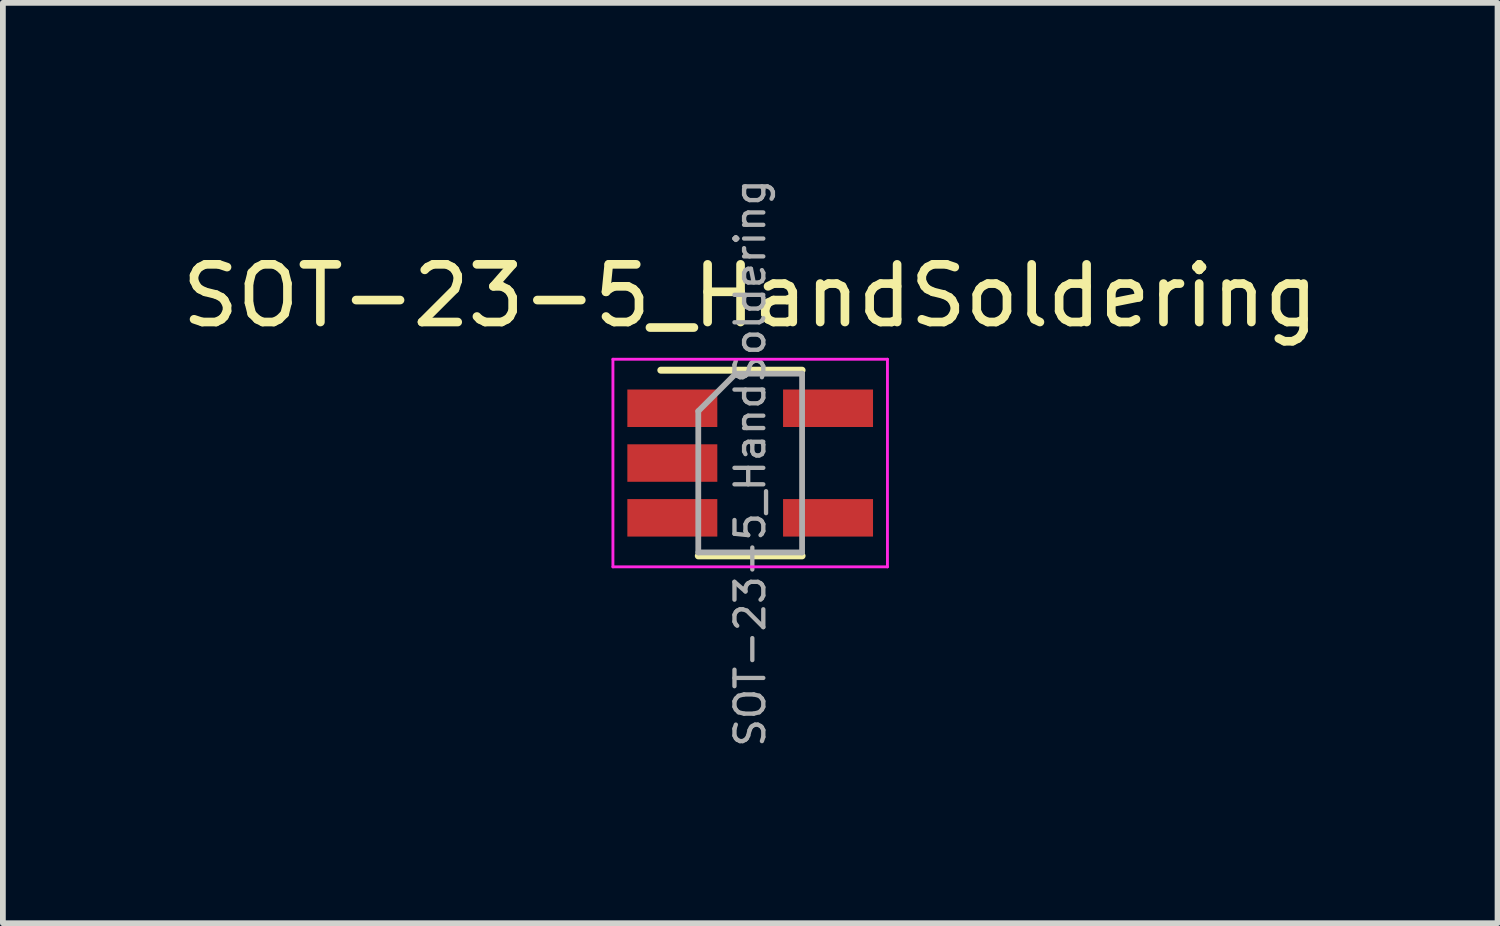
<source format=kicad_pcb>
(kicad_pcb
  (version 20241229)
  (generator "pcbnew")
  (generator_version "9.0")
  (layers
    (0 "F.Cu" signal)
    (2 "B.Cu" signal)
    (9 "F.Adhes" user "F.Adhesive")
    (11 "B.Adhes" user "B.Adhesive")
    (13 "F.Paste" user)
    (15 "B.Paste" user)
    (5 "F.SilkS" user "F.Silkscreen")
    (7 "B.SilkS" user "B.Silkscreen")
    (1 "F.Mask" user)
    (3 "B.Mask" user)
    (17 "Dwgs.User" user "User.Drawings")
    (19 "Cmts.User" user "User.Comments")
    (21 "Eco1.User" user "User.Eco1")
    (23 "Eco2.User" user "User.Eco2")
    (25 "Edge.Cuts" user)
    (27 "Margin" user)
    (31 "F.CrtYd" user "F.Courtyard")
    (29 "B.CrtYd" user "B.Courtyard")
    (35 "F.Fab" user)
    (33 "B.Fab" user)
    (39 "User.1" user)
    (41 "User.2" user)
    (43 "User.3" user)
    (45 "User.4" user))
  (footprint "SOT-23-5_HandSoldering"
    (layer "F.Cu")
    (at 9.958 4.979)
    (property "Reference" "SOT-23-5_HandSoldering" (at 0 -2.9 0) (layer "F.SilkS") (effects (font (size 1 1) (thickness 0.15))))
    (attr smd)
    (fp_line (start -0.9 1.61) (end 0.9 1.61) (stroke (width 0.12) (type solid)) (layer "F.SilkS"))
    (fp_line (start 0.9 -1.61) (end -1.55 -1.61) (stroke (width 0.12) (type solid)) (layer "F.SilkS"))
    (fp_line (start -2.38 -1.8) (end -2.38 1.8) (stroke (width 0.05) (type solid)) (layer "F.CrtYd"))
    (fp_line (start -2.38 -1.8) (end 2.38 -1.8) (stroke (width 0.05) (type solid)) (layer "F.CrtYd"))
    (fp_line (start 2.38 1.8) (end -2.38 1.8) (stroke (width 0.05) (type solid)) (layer "F.CrtYd"))
    (fp_line (start 2.38 1.8) (end 2.38 -1.8) (stroke (width 0.05) (type solid)) (layer "F.CrtYd"))
    (fp_line (start -0.9 -0.9) (end -0.9 1.55) (stroke (width 0.1) (type solid)) (layer "F.Fab"))
    (fp_line (start -0.9 -0.9) (end -0.25 -1.55) (stroke (width 0.1) (type solid)) (layer "F.Fab"))
    (fp_line (start 0.9 -1.55) (end -0.25 -1.55) (stroke (width 0.1) (type solid)) (layer "F.Fab"))
    (fp_line (start 0.9 -1.55) (end 0.9 1.55) (stroke (width 0.1) (type solid)) (layer "F.Fab"))
    (fp_line (start 0.9 1.55) (end -0.9 1.55) (stroke (width 0.1) (type solid)) (layer "F.Fab"))
    (fp_text user "${REFERENCE}" (at 0 0 90) (layer "F.Fab") (effects (font (size 0.5 0.5) (thickness 0.075))))
    (pad "1" smd rect (at -1.35 -0.95 180) (size 1.56 0.65) (layers "F.Cu" "F.Mask" "F.Paste"))
    (pad "2" smd rect (at -1.35 0 180) (size 1.56 0.65) (layers "F.Cu" "F.Mask" "F.Paste"))
    (pad "3" smd rect (at -1.35 0.95 180) (size 1.56 0.65) (layers "F.Cu" "F.Mask" "F.Paste"))
    (pad "4" smd rect (at 1.35 0.95 180) (size 1.56 0.65) (layers "F.Cu" "F.Mask" "F.Paste"))
    (pad "5" smd rect (at 1.35 -0.95 180) (size 1.56 0.65) (layers "F.Cu" "F.Mask" "F.Paste")))
  (gr_rect
    (start -3 -3)
    (end 22.917 12.958)
    (stroke (width 0.1) (type default))
    (fill no)
    (layer "Edge.Cuts")))
</source>
